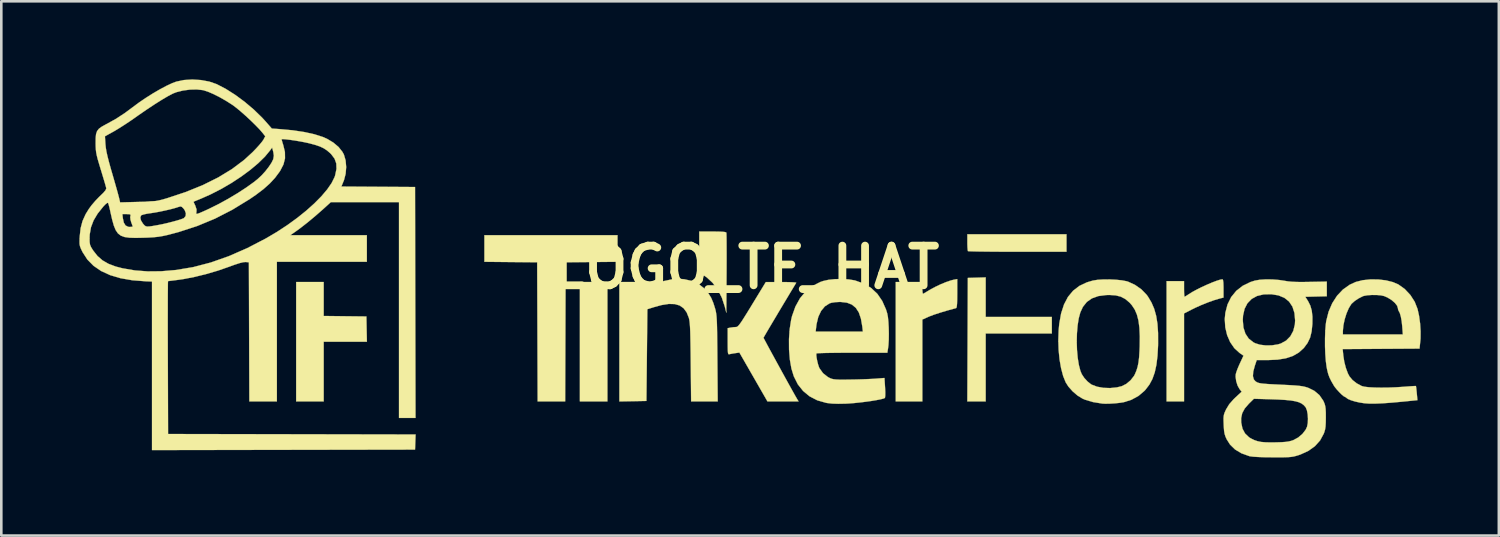
<source format=kicad_pcb>
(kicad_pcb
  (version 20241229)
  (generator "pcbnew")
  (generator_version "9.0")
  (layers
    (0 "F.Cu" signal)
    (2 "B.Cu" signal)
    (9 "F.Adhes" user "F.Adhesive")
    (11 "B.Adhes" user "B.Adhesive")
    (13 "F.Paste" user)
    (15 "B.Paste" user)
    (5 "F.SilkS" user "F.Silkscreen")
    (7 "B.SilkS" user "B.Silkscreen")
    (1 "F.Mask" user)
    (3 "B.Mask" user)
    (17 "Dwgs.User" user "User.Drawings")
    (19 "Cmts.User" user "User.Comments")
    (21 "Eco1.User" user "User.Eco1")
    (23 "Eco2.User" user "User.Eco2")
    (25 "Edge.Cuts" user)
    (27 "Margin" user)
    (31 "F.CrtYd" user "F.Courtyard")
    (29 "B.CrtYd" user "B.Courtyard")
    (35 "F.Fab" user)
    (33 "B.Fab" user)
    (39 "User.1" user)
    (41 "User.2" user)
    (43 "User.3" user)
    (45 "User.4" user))
  (footprint "LOGO_TF_HAT"
    (layer "F.Cu")
    (at 25.615 7.222)
    (property "Reference" "LOGO_TF_HAT" (at 0 0 0) (layer "F.SilkS") (effects (font (size 1.524 1.524) (thickness 0.3))))
    (attr through_hole)
    (fp_poly (pts (xy -5.327 5.151) (xy -6.385 5.151) (xy -6.385 0.564) (xy -5.327 0.564) (xy -5.327 5.151)) (stroke (width 0.01) (type solid)) (fill yes) (layer "F.SilkS"))
    (fp_poly (pts (xy -16.228 1.868) (xy -15.408 1.878) (xy -14.587 1.887) (xy -14.578 2.372) (xy -14.568 2.857) (xy -16.228 2.857) (xy -16.228 5.151) (xy -17.286 5.151) (xy -17.286 0.564) (xy -16.228 0.564) (xy -16.228 1.868)) (stroke (width 0.01) (type solid)) (fill yes) (layer "F.SilkS"))
    (fp_poly (pts (xy 9.207 1.905) (xy 11.748 1.905) (xy 11.748 2.54) (xy 9.207 2.54) (xy 9.207 5.151) (xy 8.501 5.151) (xy 8.511 2.778) (xy 8.52 0.406) (xy 8.864 0.396) (xy 9.207 0.386) (xy 9.207 1.905)) (stroke (width 0.01) (type solid)) (fill yes) (layer "F.SilkS"))
    (fp_poly (pts (xy -4.939 -0.213) (xy -6.932 -0.194) (xy -6.941 2.478) (xy -6.95 5.151) (xy -8.008 5.151) (xy -8.017 2.478) (xy -8.026 -0.194) (xy -9.04 -0.203) (xy -10.054 -0.213) (xy -10.054 -1.235) (xy -4.939 -1.235) (xy -4.939 -0.213)) (stroke (width 0.01) (type solid)) (fill yes) (layer "F.SilkS"))
    (fp_poly (pts (xy 12.312 -0.6) (xy 10.43 -0.6) (xy 10.073 -0.6) (xy 9.736 -0.601) (xy 9.428 -0.603) (xy 9.154 -0.606) (xy 8.921 -0.609) (xy 8.736 -0.613) (xy 8.605 -0.617) (xy 8.535 -0.621) (xy 8.525 -0.623) (xy 8.515 -0.667) (xy 8.507 -0.764) (xy 8.502 -0.896) (xy 8.502 -0.958) (xy 8.502 -1.27) (xy 12.312 -1.27) (xy 12.312 -0.6)) (stroke (width 0.01) (type solid)) (fill yes) (layer "F.SilkS"))
    (fp_poly (pts (xy -1.069 -1.374) (xy -0.915 -1.368) (xy -0.816 -1.358) (xy -0.766 -1.342) (xy -0.757 -1.332) (xy -0.754 -1.288) (xy -0.751 -1.181) (xy -0.749 -1.019) (xy -0.748 -0.809) (xy -0.747 -0.558) (xy -0.747 -0.274) (xy -0.748 0.036) (xy -0.749 0.229) (xy -0.758 1.746) (xy -0.82 1.499) (xy -0.932 1.163) (xy -1.089 0.858) (xy -1.285 0.595) (xy -1.512 0.384) (xy -1.642 0.297) (xy -1.799 0.205) (xy -1.799 -1.376) (xy -1.287 -1.376) (xy -1.069 -1.374)) (stroke (width 0.01) (type solid)) (fill yes) (layer "F.SilkS"))
    (fp_poly (pts (xy 8.114 1.003) (xy 8.112 1.227) (xy 8.107 1.388) (xy 8.098 1.493) (xy 8.084 1.55) (xy 8.07 1.566) (xy 7.74 1.656) (xy 7.452 1.742) (xy 7.214 1.82) (xy 7.036 1.888) (xy 7.003 1.902) (xy 6.773 2.006) (xy 6.773 5.151) (xy 5.75 5.151) (xy 5.75 0.564) (xy 6.773 0.564) (xy 6.773 0.797) (xy 6.777 0.912) (xy 6.786 0.991) (xy 6.8 1.017) (xy 6.841 0.995) (xy 6.926 0.945) (xy 7.038 0.878) (xy 7.073 0.857) (xy 7.262 0.754) (xy 7.471 0.654) (xy 7.68 0.568) (xy 7.867 0.504) (xy 7.982 0.475) (xy 8.114 0.451) (xy 8.114 1.003)) (stroke (width 0.01) (type solid)) (fill yes) (layer "F.SilkS"))
    (fp_poly (pts (xy 18.326 0.493) (xy 18.339 0.594) (xy 18.344 0.757) (xy 18.344 0.81) (xy 18.344 1.161) (xy 18.195 1.199) (xy 17.99 1.259) (xy 17.749 1.345) (xy 17.494 1.447) (xy 17.25 1.557) (xy 17.136 1.613) (xy 16.828 1.771) (xy 16.828 5.151) (xy 16.157 5.151) (xy 16.157 0.529) (xy 16.828 0.529) (xy 16.828 0.829) (xy 16.83 0.965) (xy 16.836 1.068) (xy 16.844 1.124) (xy 16.848 1.129) (xy 16.886 1.111) (xy 16.961 1.064) (xy 17.015 1.028) (xy 17.152 0.943) (xy 17.324 0.85) (xy 17.516 0.754) (xy 17.716 0.663) (xy 17.91 0.581) (xy 18.082 0.516) (xy 18.22 0.473) (xy 18.307 0.459) (xy 18.326 0.493)) (stroke (width 0.01) (type solid)) (fill yes) (layer "F.SilkS"))
    (fp_poly (pts (xy -2.376 0.457) (xy -2.083 0.522) (xy -1.836 0.632) (xy -1.627 0.792) (xy -1.578 0.842) (xy -1.444 1.003) (xy -1.34 1.172) (xy -1.256 1.372) (xy -1.19 1.582) (xy -1.172 1.648) (xy -1.158 1.715) (xy -1.146 1.788) (xy -1.136 1.875) (xy -1.128 1.984) (xy -1.121 2.12) (xy -1.116 2.291) (xy -1.112 2.504) (xy -1.109 2.766) (xy -1.105 3.083) (xy -1.102 3.464) (xy -1.102 3.501) (xy -1.089 5.151) (xy -2.111 5.151) (xy -2.126 3.642) (xy -2.13 3.262) (xy -2.135 2.945) (xy -2.14 2.686) (xy -2.145 2.476) (xy -2.152 2.31) (xy -2.161 2.181) (xy -2.171 2.082) (xy -2.183 2.006) (xy -2.197 1.946) (xy -2.198 1.941) (xy -2.283 1.73) (xy -2.399 1.572) (xy -2.55 1.466) (xy -2.739 1.411) (xy -2.97 1.405) (xy -3.247 1.449) (xy -3.529 1.526) (xy -3.792 1.608) (xy -3.828 5.133) (xy -4.348 5.143) (xy -4.868 5.152) (xy -4.868 0.564) (xy -3.81 0.564) (xy -3.81 0.766) (xy -3.519 0.65) (xy -3.164 0.528) (xy -2.843 0.459) (xy -2.546 0.442) (xy -2.376 0.457)) (stroke (width 0.01) (type solid)) (fill yes) (layer "F.SilkS"))
    (fp_poly (pts (xy 1.546 0.566) (xy 1.711 0.57) (xy 1.837 0.576) (xy 1.912 0.584) (xy 1.928 0.591) (xy 1.827 0.759) (xy 1.708 0.955) (xy 1.579 1.171) (xy 1.442 1.399) (xy 1.303 1.631) (xy 1.167 1.86) (xy 1.038 2.077) (xy 0.921 2.274) (xy 0.821 2.443) (xy 0.743 2.577) (xy 0.691 2.667) (xy 0.67 2.705) (xy 0.67 2.706) (xy 0.687 2.739) (xy 0.733 2.826) (xy 0.804 2.959) (xy 0.895 3.128) (xy 1.003 3.326) (xy 1.122 3.544) (xy 1.248 3.774) (xy 1.376 4.008) (xy 1.502 4.237) (xy 1.621 4.453) (xy 1.729 4.648) (xy 1.822 4.814) (xy 1.894 4.942) (xy 1.941 5.024) (xy 1.948 5.036) (xy 2.017 5.151) (xy 0.822 5.151) (xy 0.283 4.212) (xy -0.256 3.274) (xy -0.419 3.297) (xy -0.531 3.315) (xy -0.622 3.333) (xy -0.644 3.338) (xy -0.668 3.34) (xy -0.685 3.323) (xy -0.696 3.276) (xy -0.702 3.189) (xy -0.705 3.053) (xy -0.706 2.856) (xy -0.706 2.847) (xy -0.706 2.337) (xy -0.595 2.315) (xy -0.482 2.299) (xy -0.389 2.293) (xy -0.359 2.289) (xy -0.326 2.271) (xy -0.287 2.234) (xy -0.237 2.171) (xy -0.17 2.076) (xy -0.084 1.942) (xy 0.028 1.763) (xy 0.17 1.532) (xy 0.232 1.43) (xy 0.758 0.566) (xy 1.351 0.565) (xy 1.546 0.566)) (stroke (width 0.01) (type solid)) (fill yes) (layer "F.SilkS"))
    (fp_poly (pts (xy 14.215 0.476) (xy 14.439 0.499) (xy 14.622 0.534) (xy 14.676 0.55) (xy 14.942 0.672) (xy 15.186 0.843) (xy 15.387 1.05) (xy 15.438 1.118) (xy 15.575 1.347) (xy 15.681 1.592) (xy 15.757 1.863) (xy 15.806 2.169) (xy 15.83 2.521) (xy 15.831 2.928) (xy 15.83 2.999) (xy 15.808 3.401) (xy 15.766 3.744) (xy 15.702 4.037) (xy 15.613 4.288) (xy 15.496 4.506) (xy 15.348 4.7) (xy 15.306 4.746) (xy 15.077 4.94) (xy 14.805 5.088) (xy 14.517 5.18) (xy 14.362 5.205) (xy 14.173 5.225) (xy 13.976 5.237) (xy 13.799 5.24) (xy 13.688 5.234) (xy 13.329 5.176) (xy 13.026 5.086) (xy 12.927 5.043) (xy 12.736 4.926) (xy 12.548 4.765) (xy 12.385 4.581) (xy 12.281 4.419) (xy 12.183 4.176) (xy 12.104 3.878) (xy 12.045 3.54) (xy 12.009 3.174) (xy 11.999 2.855) (xy 12.705 2.855) (xy 12.715 3.172) (xy 12.742 3.475) (xy 12.786 3.748) (xy 12.846 3.977) (xy 12.898 4.103) (xy 12.992 4.246) (xy 13.119 4.385) (xy 13.253 4.491) (xy 13.282 4.508) (xy 13.484 4.585) (xy 13.727 4.629) (xy 13.988 4.638) (xy 14.247 4.612) (xy 14.435 4.566) (xy 14.609 4.478) (xy 14.772 4.341) (xy 14.902 4.176) (xy 14.938 4.11) (xy 14.999 3.966) (xy 15.045 3.818) (xy 15.078 3.651) (xy 15.102 3.451) (xy 15.117 3.203) (xy 15.124 3.034) (xy 15.128 2.647) (xy 15.113 2.321) (xy 15.077 2.046) (xy 15.017 1.815) (xy 14.933 1.62) (xy 14.821 1.452) (xy 14.732 1.353) (xy 14.573 1.218) (xy 14.401 1.127) (xy 14.201 1.077) (xy 13.959 1.061) (xy 13.829 1.065) (xy 13.534 1.104) (xy 13.29 1.191) (xy 13.093 1.329) (xy 12.942 1.518) (xy 12.843 1.731) (xy 12.781 1.961) (xy 12.738 2.235) (xy 12.713 2.537) (xy 12.705 2.855) (xy 11.999 2.855) (xy 11.997 2.794) (xy 12.01 2.415) (xy 12.033 2.17) (xy 12.105 1.768) (xy 12.217 1.424) (xy 12.369 1.135) (xy 12.565 0.899) (xy 12.806 0.713) (xy 13.093 0.577) (xy 13.326 0.508) (xy 13.506 0.479) (xy 13.728 0.465) (xy 13.971 0.464) (xy 14.215 0.476)) (stroke (width 0.01) (type solid)) (fill yes) (layer "F.SilkS"))
    (fp_poly (pts (xy 3.943 0.463) (xy 4.169 0.5) (xy 4.194 0.506) (xy 4.524 0.625) (xy 4.807 0.794) (xy 5.043 1.016) (xy 5.232 1.291) (xy 5.377 1.619) (xy 5.424 1.771) (xy 5.45 1.908) (xy 5.469 2.097) (xy 5.481 2.317) (xy 5.486 2.551) (xy 5.483 2.779) (xy 5.471 2.983) (xy 5.455 3.113) (xy 5.428 3.281) (xy 4.075 3.281) (xy 3.772 3.281) (xy 3.493 3.283) (xy 3.244 3.286) (xy 3.033 3.29) (xy 2.868 3.295) (xy 2.757 3.3) (xy 2.706 3.306) (xy 2.705 3.307) (xy 2.698 3.364) (xy 2.709 3.467) (xy 2.733 3.594) (xy 2.765 3.723) (xy 2.801 3.833) (xy 2.82 3.875) (xy 2.957 4.067) (xy 3.145 4.215) (xy 3.228 4.258) (xy 3.288 4.281) (xy 3.358 4.298) (xy 3.448 4.308) (xy 3.572 4.314) (xy 3.74 4.315) (xy 3.966 4.313) (xy 4.004 4.312) (xy 4.239 4.308) (xy 4.479 4.301) (xy 4.703 4.292) (xy 4.889 4.283) (xy 4.978 4.277) (xy 5.318 4.25) (xy 5.341 4.618) (xy 5.349 4.789) (xy 5.348 4.921) (xy 5.339 5.002) (xy 5.332 5.019) (xy 5.277 5.043) (xy 5.164 5.071) (xy 5.006 5.102) (xy 4.814 5.134) (xy 4.6 5.164) (xy 4.377 5.191) (xy 4.157 5.214) (xy 3.953 5.23) (xy 3.828 5.237) (xy 3.54 5.242) (xy 3.309 5.235) (xy 3.118 5.213) (xy 3.073 5.205) (xy 2.736 5.109) (xy 2.441 4.956) (xy 2.191 4.75) (xy 1.988 4.493) (xy 1.834 4.186) (xy 1.743 3.89) (xy 1.682 3.539) (xy 1.651 3.154) (xy 1.649 2.757) (xy 1.669 2.469) (xy 2.674 2.469) (xy 4.488 2.469) (xy 4.465 2.267) (xy 4.413 1.969) (xy 4.332 1.733) (xy 4.217 1.555) (xy 4.066 1.431) (xy 3.875 1.357) (xy 3.639 1.33) (xy 3.598 1.329) (xy 3.429 1.338) (xy 3.284 1.36) (xy 3.21 1.383) (xy 3.029 1.498) (xy 2.884 1.672) (xy 2.776 1.9) (xy 2.709 2.177) (xy 2.699 2.249) (xy 2.674 2.469) (xy 1.669 2.469) (xy 1.676 2.371) (xy 1.732 2.017) (xy 1.765 1.876) (xy 1.896 1.507) (xy 2.072 1.189) (xy 2.291 0.924) (xy 2.554 0.714) (xy 2.857 0.561) (xy 2.958 0.526) (xy 3.166 0.479) (xy 3.416 0.453) (xy 3.683 0.448) (xy 3.943 0.463)) (stroke (width 0.01) (type solid)) (fill yes) (layer "F.SilkS"))
    (fp_poly (pts (xy 24.288 0.465) (xy 24.584 0.5) (xy 24.853 0.567) (xy 25.061 0.656) (xy 25.308 0.832) (xy 25.522 1.06) (xy 25.691 1.323) (xy 25.8 1.601) (xy 25.858 1.864) (xy 25.898 2.159) (xy 25.917 2.458) (xy 25.915 2.731) (xy 25.908 2.812) (xy 25.876 3.122) (xy 24.4 3.131) (xy 22.923 3.141) (xy 22.948 3.396) (xy 22.985 3.632) (xy 23.046 3.867) (xy 23.123 4.074) (xy 23.183 4.188) (xy 23.3 4.329) (xy 23.464 4.458) (xy 23.65 4.557) (xy 23.663 4.563) (xy 23.771 4.588) (xy 23.937 4.607) (xy 24.152 4.618) (xy 24.403 4.622) (xy 24.679 4.619) (xy 24.969 4.608) (xy 25.262 4.589) (xy 25.309 4.585) (xy 25.472 4.573) (xy 25.608 4.564) (xy 25.701 4.559) (xy 25.737 4.56) (xy 25.737 4.56) (xy 25.744 4.596) (xy 25.755 4.686) (xy 25.768 4.809) (xy 25.77 4.836) (xy 25.795 5.103) (xy 25.218 5.161) (xy 24.802 5.199) (xy 24.451 5.224) (xy 24.161 5.236) (xy 23.926 5.234) (xy 23.76 5.222) (xy 23.576 5.194) (xy 23.398 5.154) (xy 23.244 5.107) (xy 23.131 5.059) (xy 23.086 5.029) (xy 23.03 4.985) (xy 23.003 4.974) (xy 22.958 4.949) (xy 22.882 4.885) (xy 22.792 4.795) (xy 22.701 4.697) (xy 22.625 4.603) (xy 22.589 4.551) (xy 22.487 4.375) (xy 22.416 4.231) (xy 22.366 4.094) (xy 22.327 3.937) (xy 22.304 3.817) (xy 22.275 3.596) (xy 22.255 3.328) (xy 22.244 3.033) (xy 22.244 2.733) (xy 22.249 2.575) (xy 22.931 2.575) (xy 25.234 2.575) (xy 25.211 2.267) (xy 25.189 2.065) (xy 25.157 1.889) (xy 25.117 1.753) (xy 25.074 1.673) (xy 25.071 1.67) (xy 25.051 1.618) (xy 25.047 1.58) (xy 25.016 1.477) (xy 24.929 1.365) (xy 24.801 1.255) (xy 24.645 1.159) (xy 24.518 1.104) (xy 24.394 1.076) (xy 24.229 1.062) (xy 24.047 1.061) (xy 23.875 1.072) (xy 23.737 1.097) (xy 23.696 1.111) (xy 23.538 1.191) (xy 23.388 1.29) (xy 23.273 1.392) (xy 23.25 1.418) (xy 23.156 1.571) (xy 23.07 1.772) (xy 22.999 1.998) (xy 22.951 2.226) (xy 22.931 2.435) (xy 22.931 2.443) (xy 22.931 2.575) (xy 22.249 2.575) (xy 22.253 2.447) (xy 22.273 2.198) (xy 22.291 2.064) (xy 22.382 1.704) (xy 22.522 1.378) (xy 22.706 1.092) (xy 22.931 0.853) (xy 23.19 0.669) (xy 23.426 0.561) (xy 23.69 0.494) (xy 23.984 0.463) (xy 24.288 0.465)) (stroke (width 0.01) (type solid)) (fill yes) (layer "F.SilkS"))
    (fp_poly (pts (xy 20.228 0.465) (xy 20.486 0.486) (xy 20.678 0.515) (xy 20.817 0.538) (xy 20.972 0.553) (xy 21.154 0.561) (xy 21.38 0.563) (xy 21.643 0.559) (xy 22.313 0.547) (xy 22.313 1.111) (xy 21.487 1.131) (xy 21.59 1.293) (xy 21.679 1.468) (xy 21.735 1.663) (xy 21.761 1.896) (xy 21.759 2.173) (xy 21.73 2.462) (xy 21.671 2.701) (xy 21.574 2.905) (xy 21.436 3.091) (xy 21.428 3.101) (xy 21.237 3.273) (xy 21.01 3.404) (xy 20.741 3.494) (xy 20.422 3.546) (xy 20.051 3.563) (xy 19.621 3.563) (xy 19.547 3.782) (xy 19.487 4.005) (xy 19.474 4.178) (xy 19.509 4.306) (xy 19.565 4.371) (xy 19.606 4.401) (xy 19.651 4.425) (xy 19.708 4.443) (xy 19.787 4.459) (xy 19.897 4.471) (xy 20.047 4.483) (xy 20.245 4.494) (xy 20.502 4.506) (xy 20.62 4.512) (xy 20.884 4.525) (xy 21.09 4.538) (xy 21.25 4.552) (xy 21.374 4.569) (xy 21.477 4.591) (xy 21.569 4.618) (xy 21.588 4.624) (xy 21.832 4.743) (xy 22.03 4.91) (xy 22.175 5.121) (xy 22.194 5.16) (xy 22.231 5.25) (xy 22.254 5.337) (xy 22.268 5.441) (xy 22.275 5.579) (xy 22.276 5.768) (xy 22.273 5.965) (xy 22.265 6.111) (xy 22.248 6.224) (xy 22.22 6.325) (xy 22.196 6.39) (xy 22.056 6.649) (xy 21.858 6.87) (xy 21.604 7.052) (xy 21.299 7.191) (xy 21.228 7.215) (xy 21.13 7.245) (xy 21.042 7.267) (xy 20.95 7.282) (xy 20.842 7.292) (xy 20.705 7.298) (xy 20.526 7.3) (xy 20.294 7.3) (xy 20.221 7.299) (xy 19.923 7.296) (xy 19.676 7.287) (xy 19.487 7.275) (xy 19.36 7.259) (xy 19.332 7.252) (xy 19.03 7.143) (xy 18.786 6.996) (xy 18.596 6.81) (xy 18.468 6.609) (xy 18.419 6.501) (xy 18.387 6.4) (xy 18.367 6.284) (xy 18.355 6.13) (xy 18.351 6.04) (xy 18.345 5.873) (xy 18.347 5.792) (xy 19.022 5.792) (xy 19.024 5.962) (xy 19.073 6.197) (xy 19.174 6.385) (xy 19.328 6.531) (xy 19.399 6.574) (xy 19.525 6.636) (xy 19.65 6.679) (xy 19.788 6.708) (xy 19.956 6.722) (xy 20.169 6.727) (xy 20.355 6.724) (xy 20.568 6.718) (xy 20.727 6.707) (xy 20.849 6.69) (xy 20.953 6.664) (xy 21.031 6.637) (xy 21.215 6.537) (xy 21.378 6.398) (xy 21.502 6.237) (xy 21.554 6.124) (xy 21.582 5.984) (xy 21.589 5.817) (xy 21.578 5.646) (xy 21.549 5.493) (xy 21.505 5.384) (xy 21.498 5.373) (xy 21.429 5.295) (xy 21.347 5.233) (xy 21.241 5.183) (xy 21.106 5.145) (xy 20.931 5.115) (xy 20.71 5.094) (xy 20.434 5.078) (xy 20.118 5.067) (xy 19.511 5.05) (xy 19.32 5.238) (xy 19.161 5.421) (xy 19.064 5.6) (xy 19.022 5.792) (xy 18.347 5.792) (xy 18.347 5.755) (xy 18.36 5.666) (xy 18.386 5.583) (xy 18.43 5.486) (xy 18.447 5.451) (xy 18.564 5.259) (xy 18.729 5.071) (xy 18.8 5.002) (xy 19.042 4.778) (xy 18.959 4.675) (xy 18.885 4.543) (xy 18.832 4.374) (xy 18.809 4.204) (xy 18.814 4.109) (xy 18.838 4.023) (xy 18.884 3.897) (xy 18.946 3.751) (xy 18.973 3.692) (xy 19.112 3.394) (xy 18.959 3.287) (xy 18.76 3.105) (xy 18.6 2.873) (xy 18.483 2.603) (xy 18.412 2.305) (xy 18.395 2.028) (xy 19.085 2.028) (xy 19.11 2.313) (xy 19.186 2.549) (xy 19.312 2.737) (xy 19.49 2.878) (xy 19.56 2.915) (xy 19.745 2.973) (xy 19.969 3) (xy 20.206 2.996) (xy 20.431 2.961) (xy 20.545 2.927) (xy 20.75 2.814) (xy 20.912 2.65) (xy 21.025 2.442) (xy 21.086 2.196) (xy 21.096 2.041) (xy 21.07 1.752) (xy 20.993 1.51) (xy 20.864 1.316) (xy 20.685 1.172) (xy 20.455 1.077) (xy 20.182 1.033) (xy 19.886 1.039) (xy 19.632 1.1) (xy 19.425 1.214) (xy 19.264 1.379) (xy 19.154 1.593) (xy 19.095 1.853) (xy 19.085 2.028) (xy 18.395 2.028) (xy 18.392 1.991) (xy 18.415 1.746) (xy 18.499 1.424) (xy 18.64 1.141) (xy 18.836 0.901) (xy 19.083 0.708) (xy 19.379 0.564) (xy 19.549 0.51) (xy 19.737 0.477) (xy 19.97 0.462) (xy 20.228 0.465)) (stroke (width 0.01) (type solid)) (fill yes) (layer "F.SilkS"))
    (fp_poly (pts (xy -20.943 -7.196) (xy -20.624 -7.137) (xy -20.342 -7.04) (xy -19.994 -6.86) (xy -19.63 -6.629) (xy -19.265 -6.36) (xy -18.915 -6.064) (xy -18.596 -5.754) (xy -18.468 -5.614) (xy -18.221 -5.333) (xy -17.921 -5.312) (xy -17.42 -5.266) (xy -16.973 -5.199) (xy -16.585 -5.113) (xy -16.26 -5.009) (xy -16.098 -4.938) (xy -15.859 -4.795) (xy -15.657 -4.625) (xy -15.508 -4.437) (xy -15.451 -4.331) (xy -15.386 -4.108) (xy -15.364 -3.853) (xy -15.385 -3.593) (xy -15.448 -3.351) (xy -15.459 -3.325) (xy -15.549 -3.105) (xy -14.133 -3.096) (xy -12.718 -3.087) (xy -12.709 1.349) (xy -12.7 5.786) (xy -13.335 5.786) (xy -13.335 -2.505) (xy -15.954 -2.505) (xy -16.258 -2.229) (xy -16.557 -1.967) (xy -16.853 -1.721) (xy -17.13 -1.505) (xy -17.301 -1.381) (xy -17.509 -1.235) (xy -14.57 -1.235) (xy -14.57 -0.212) (xy -18.027 -0.212) (xy -18.027 5.151) (xy -19.085 5.151) (xy -19.094 2.478) (xy -19.103 -0.194) (xy -19.229 -0.205) (xy -19.322 -0.197) (xy -19.466 -0.161) (xy -19.665 -0.096) (xy -19.864 -0.023) (xy -20.287 0.124) (xy -20.733 0.255) (xy -21.178 0.365) (xy -21.599 0.448) (xy -21.789 0.476) (xy -21.95 0.497) (xy -22.083 0.514) (xy -22.175 0.525) (xy -22.209 0.529) (xy -22.212 0.564) (xy -22.214 0.663) (xy -22.215 0.823) (xy -22.217 1.038) (xy -22.218 1.303) (xy -22.218 1.613) (xy -22.219 1.962) (xy -22.219 2.345) (xy -22.218 2.758) (xy -22.217 3.194) (xy -22.216 3.466) (xy -22.207 6.403) (xy -12.697 6.421) (xy -12.718 7.003) (xy -17.771 7.012) (xy -22.825 7.021) (xy -22.825 0.545) (xy -23.063 0.536) (xy -23.579 0.496) (xy -24.036 0.417) (xy -24.437 0.298) (xy -24.782 0.139) (xy -25.072 -0.06) (xy -25.308 -0.3) (xy -25.491 -0.582) (xy -25.508 -0.616) (xy -25.56 -0.726) (xy -25.592 -0.812) (xy -25.608 -0.897) (xy -25.61 -1.003) (xy -25.606 -1.112) (xy -25.224 -1.112) (xy -25.221 -0.971) (xy -25.206 -0.872) (xy -25.17 -0.784) (xy -25.105 -0.677) (xy -25.085 -0.647) (xy -24.92 -0.437) (xy -24.727 -0.269) (xy -24.497 -0.136) (xy -24.218 -0.031) (xy -23.955 0.037) (xy -23.481 0.118) (xy -22.992 0.155) (xy -22.472 0.15) (xy -21.909 0.102) (xy -21.907 0.102) (xy -21.246 -0.008) (xy -20.566 -0.186) (xy -19.87 -0.431) (xy -19.157 -0.743) (xy -18.447 -1.112) (xy -18.025 -1.361) (xy -17.623 -1.625) (xy -17.245 -1.899) (xy -16.898 -2.178) (xy -16.587 -2.457) (xy -16.317 -2.73) (xy -16.094 -2.993) (xy -15.923 -3.241) (xy -15.81 -3.469) (xy -15.788 -3.536) (xy -15.737 -3.781) (xy -15.744 -3.991) (xy -15.811 -4.177) (xy -15.94 -4.348) (xy -15.982 -4.39) (xy -16.104 -4.494) (xy -16.229 -4.576) (xy -16.373 -4.644) (xy -16.552 -4.705) (xy -16.782 -4.766) (xy -16.832 -4.778) (xy -16.98 -4.81) (xy -17.151 -4.842) (xy -17.329 -4.872) (xy -17.501 -4.897) (xy -17.652 -4.915) (xy -17.768 -4.926) (xy -17.834 -4.926) (xy -17.843 -4.922) (xy -17.839 -4.886) (xy -17.815 -4.802) (xy -17.782 -4.697) (xy -17.718 -4.433) (xy -17.714 -4.189) (xy -17.774 -3.953) (xy -17.899 -3.711) (xy -17.926 -3.671) (xy -18.097 -3.441) (xy -18.299 -3.223) (xy -18.542 -3.006) (xy -18.835 -2.784) (xy -19.074 -2.62) (xy -19.736 -2.215) (xy -20.402 -1.873) (xy -21.089 -1.588) (xy -21.81 -1.354) (xy -22.222 -1.245) (xy -22.404 -1.205) (xy -22.578 -1.176) (xy -22.767 -1.156) (xy -22.992 -1.143) (xy -23.16 -1.138) (xy -23.455 -1.132) (xy -23.692 -1.139) (xy -23.878 -1.165) (xy -24.022 -1.218) (xy -24.133 -1.304) (xy -24.22 -1.431) (xy -24.292 -1.606) (xy -24.356 -1.835) (xy -24.404 -2.046) (xy -23.963 -2.046) (xy -23.945 -1.888) (xy -23.908 -1.717) (xy -23.84 -1.608) (xy -23.74 -1.557) (xy -23.688 -1.552) (xy -23.607 -1.557) (xy -23.567 -1.567) (xy -23.566 -1.569) (xy -23.578 -1.609) (xy -23.608 -1.69) (xy -23.622 -1.728) (xy -23.655 -1.844) (xy -23.658 -1.917) (xy -23.275 -1.917) (xy -23.252 -1.81) (xy -23.177 -1.686) (xy -23.157 -1.661) (xy -23.114 -1.614) (xy -23.073 -1.583) (xy -23.019 -1.569) (xy -22.939 -1.57) (xy -22.821 -1.585) (xy -22.651 -1.615) (xy -22.578 -1.628) (xy -22.408 -1.662) (xy -22.222 -1.705) (xy -22.034 -1.753) (xy -21.861 -1.8) (xy -21.719 -1.844) (xy -21.623 -1.88) (xy -21.599 -1.892) (xy -21.534 -1.97) (xy -21.523 -2.075) (xy -21.567 -2.194) (xy -21.609 -2.254) (xy -21.676 -2.322) (xy -21.73 -2.341) (xy -21.788 -2.327) (xy -21.921 -2.284) (xy -22.102 -2.235) (xy -22.312 -2.186) (xy -22.529 -2.14) (xy -22.732 -2.103) (xy -22.878 -2.081) (xy -23.025 -2.059) (xy -23.147 -2.032) (xy -23.227 -2.005) (xy -23.244 -1.994) (xy -23.275 -1.917) (xy -23.658 -1.917) (xy -23.66 -1.944) (xy -23.657 -1.958) (xy -23.648 -2.011) (xy -23.668 -2.037) (xy -23.733 -2.045) (xy -23.799 -2.046) (xy -23.963 -2.046) (xy -24.404 -2.046) (xy -24.422 -2.126) (xy -24.431 -2.17) (xy -24.462 -2.304) (xy -24.491 -2.412) (xy -24.513 -2.474) (xy -24.517 -2.48) (xy -24.552 -2.471) (xy -24.617 -2.419) (xy -24.694 -2.339) (xy -24.913 -2.065) (xy -25.07 -1.802) (xy -25.17 -1.538) (xy -25.218 -1.263) (xy -25.224 -1.112) (xy -25.606 -1.112) (xy -25.604 -1.153) (xy -25.602 -1.19) (xy -25.567 -1.505) (xy -25.494 -1.78) (xy -25.375 -2.043) (xy -25.253 -2.241) (xy -25.144 -2.389) (xy -25.005 -2.552) (xy -24.862 -2.701) (xy -24.826 -2.736) (xy -24.693 -2.865) (xy -24.613 -2.96) (xy -24.583 -3.025) (xy -24.583 -3.042) (xy -24.596 -3.096) (xy -24.627 -3.207) (xy -24.672 -3.36) (xy -24.728 -3.546) (xy -24.79 -3.751) (xy -24.791 -3.752) (xy -24.86 -3.982) (xy -24.912 -4.159) (xy -24.947 -4.3) (xy -24.97 -4.418) (xy -24.983 -4.529) (xy -24.989 -4.647) (xy -24.991 -4.763) (xy -24.989 -4.97) (xy -24.983 -5.035) (xy -24.633 -5.035) (xy -24.614 -4.731) (xy -24.6 -4.598) (xy -24.575 -4.446) (xy -24.535 -4.265) (xy -24.478 -4.043) (xy -24.402 -3.77) (xy -24.367 -3.651) (xy -24.299 -3.416) (xy -24.235 -3.192) (xy -24.178 -2.992) (xy -24.133 -2.829) (xy -24.103 -2.715) (xy -24.095 -2.686) (xy -24.05 -2.496) (xy -23.358 -2.514) (xy -23.116 -2.52) (xy -23.067 -2.522) (xy -21.228 -2.522) (xy -21.219 -2.491) (xy -21.185 -2.419) (xy -21.165 -2.379) (xy -21.114 -2.228) (xy -21.117 -2.14) (xy -21.127 -2.071) (xy -21.104 -2.053) (xy -21.056 -2.065) (xy -20.99 -2.09) (xy -20.878 -2.138) (xy -20.737 -2.201) (xy -20.62 -2.256) (xy -20.259 -2.435) (xy -19.892 -2.637) (xy -19.534 -2.851) (xy -19.202 -3.067) (xy -18.912 -3.275) (xy -18.768 -3.39) (xy -18.62 -3.527) (xy -18.474 -3.687) (xy -18.342 -3.855) (xy -18.236 -4.014) (xy -18.17 -4.147) (xy -18.165 -4.164) (xy -18.144 -4.29) (xy -18.164 -4.429) (xy -18.168 -4.445) (xy -18.21 -4.602) (xy -18.285 -4.497) (xy -18.485 -4.255) (xy -18.743 -4.002) (xy -19.05 -3.744) (xy -19.396 -3.489) (xy -19.771 -3.242) (xy -20.166 -3.012) (xy -20.571 -2.805) (xy -20.937 -2.642) (xy -21.065 -2.59) (xy -21.165 -2.549) (xy -21.221 -2.525) (xy -21.228 -2.522) (xy -23.067 -2.522) (xy -22.93 -2.528) (xy -22.783 -2.538) (xy -22.661 -2.552) (xy -22.548 -2.574) (xy -22.429 -2.603) (xy -22.288 -2.644) (xy -22.243 -2.657) (xy -21.529 -2.894) (xy -20.875 -3.159) (xy -20.282 -3.454) (xy -19.751 -3.777) (xy -19.284 -4.128) (xy -18.961 -4.425) (xy -18.827 -4.564) (xy -18.705 -4.698) (xy -18.609 -4.813) (xy -18.549 -4.895) (xy -18.541 -4.909) (xy -18.474 -5.037) (xy -18.582 -5.173) (xy -18.696 -5.305) (xy -18.852 -5.466) (xy -19.033 -5.643) (xy -19.226 -5.822) (xy -19.416 -5.99) (xy -19.589 -6.133) (xy -19.729 -6.238) (xy -19.735 -6.242) (xy -19.978 -6.397) (xy -20.225 -6.538) (xy -20.461 -6.657) (xy -20.673 -6.748) (xy -20.846 -6.804) (xy -20.868 -6.809) (xy -21.102 -6.835) (xy -21.368 -6.829) (xy -21.637 -6.793) (xy -21.884 -6.731) (xy -22.016 -6.68) (xy -22.203 -6.583) (xy -22.439 -6.444) (xy -22.717 -6.269) (xy -23.031 -6.061) (xy -23.376 -5.823) (xy -23.477 -5.751) (xy -23.671 -5.617) (xy -23.876 -5.481) (xy -24.072 -5.356) (xy -24.239 -5.254) (xy -24.302 -5.218) (xy -24.633 -5.035) (xy -24.983 -5.035) (xy -24.974 -5.122) (xy -24.935 -5.235) (xy -24.865 -5.325) (xy -24.754 -5.406) (xy -24.593 -5.495) (xy -24.554 -5.515) (xy -24.201 -5.711) (xy -23.863 -5.933) (xy -23.583 -6.141) (xy -23.337 -6.324) (xy -23.07 -6.506) (xy -22.795 -6.68) (xy -22.524 -6.838) (xy -22.271 -6.973) (xy -22.048 -7.077) (xy -21.89 -7.136) (xy -21.599 -7.197) (xy -21.276 -7.217) (xy -20.943 -7.196)) (stroke (width 0.01) (type solid)) (fill yes) (layer "F.SilkS")))
  (gr_rect
    (start -3 -3)
    (end 54.538 17.527)
    (stroke (width 0.1) (type default))
    (fill no)
    (layer "Edge.Cuts")))
</source>
